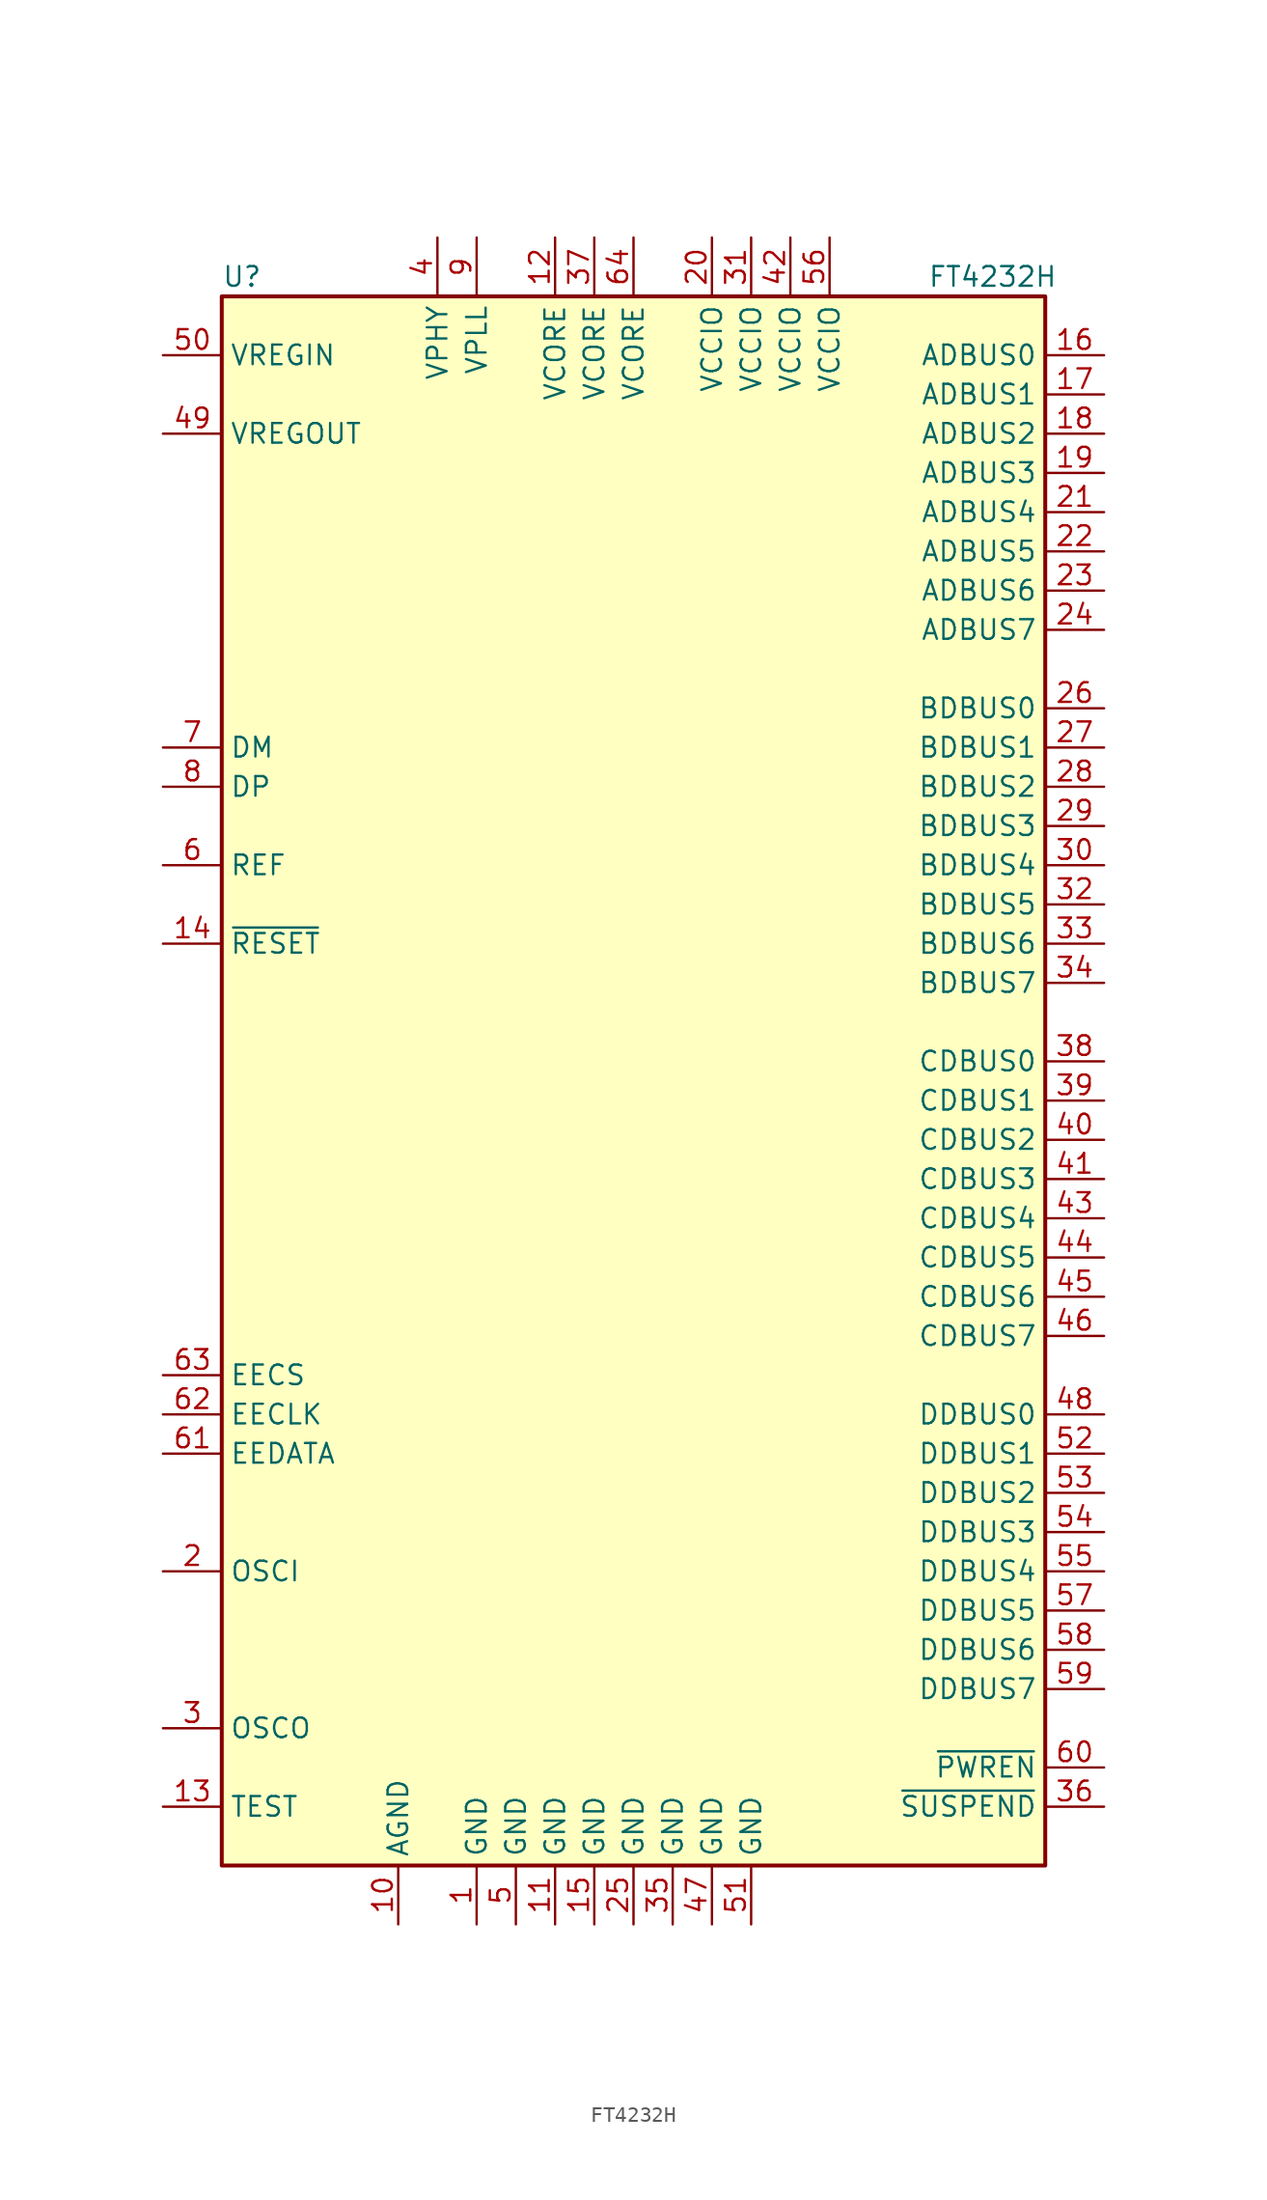
<source format=kicad_sym>
(kicad_symbol_lib
  (version 20200908)
  (generator kicad_symbol_editor)
  (symbol "Interface_USB:FT4232H"
    (property "Reference" "U"
      (at -26.67 53.34 0)
      (effects (font (size 1.27 1.27)) (justify left)))
    (property "Value" "FT4232H"
      (at 19.05 53.34 0)
      (effects (font (size 1.27 1.27)) (justify left)))
    (symbol "FT4232H_0_1"
      (rectangle (start -26.67 -49.53) (end 26.67 52.07) (stroke (width 0.254)) (fill (type background))))
    (symbol "FT4232H_1_1"
      (pin power_in line (at -10.16 -53.34 90) (length 3.81) (name "GND" (effects (font (size 1.27 1.27)))) (number "1" (effects (font (size 1.27 1.27)))))
      (pin power_in line (at -15.24 -53.34 90) (length 3.81) (name "AGND" (effects (font (size 1.27 1.27)))) (number "10" (effects (font (size 1.27 1.27)))))
      (pin power_in line (at -5.08 -53.34 90) (length 3.81) (name "GND" (effects (font (size 1.27 1.27)))) (number "11" (effects (font (size 1.27 1.27)))))
      (pin power_in line (at -5.08 55.88 270) (length 3.81) (name "VCORE" (effects (font (size 1.27 1.27)))) (number "12" (effects (font (size 1.27 1.27)))))
      (pin input line (at -30.48 -45.72 0) (length 3.81) (name "TEST" (effects (font (size 1.27 1.27)))) (number "13" (effects (font (size 1.27 1.27)))))
      (pin input line (at -30.48 10.16 0) (length 3.81) (name "~RESET" (effects (font (size 1.27 1.27)))) (number "14" (effects (font (size 1.27 1.27)))))
      (pin power_in line (at -2.54 -53.34 90) (length 3.81) (name "GND" (effects (font (size 1.27 1.27)))) (number "15" (effects (font (size 1.27 1.27)))))
      (pin bidirectional line (at 30.48 48.26 180) (length 3.81) (name "ADBUS0" (effects (font (size 1.27 1.27)))) (number "16" (effects (font (size 1.27 1.27)))))
      (pin bidirectional line (at 30.48 45.72 180) (length 3.81) (name "ADBUS1" (effects (font (size 1.27 1.27)))) (number "17" (effects (font (size 1.27 1.27)))))
      (pin bidirectional line (at 30.48 43.18 180) (length 3.81) (name "ADBUS2" (effects (font (size 1.27 1.27)))) (number "18" (effects (font (size 1.27 1.27)))))
      (pin bidirectional line (at 30.48 40.64 180) (length 3.81) (name "ADBUS3" (effects (font (size 1.27 1.27)))) (number "19" (effects (font (size 1.27 1.27)))))
      (pin input line (at -30.48 -30.48 0) (length 3.81) (name "OSCI" (effects (font (size 1.27 1.27)))) (number "2" (effects (font (size 1.27 1.27)))))
      (pin power_in line (at 5.08 55.88 270) (length 3.81) (name "VCCIO" (effects (font (size 1.27 1.27)))) (number "20" (effects (font (size 1.27 1.27)))))
      (pin bidirectional line (at 30.48 38.1 180) (length 3.81) (name "ADBUS4" (effects (font (size 1.27 1.27)))) (number "21" (effects (font (size 1.27 1.27)))))
      (pin bidirectional line (at 30.48 35.56 180) (length 3.81) (name "ADBUS5" (effects (font (size 1.27 1.27)))) (number "22" (effects (font (size 1.27 1.27)))))
      (pin bidirectional line (at 30.48 33.02 180) (length 3.81) (name "ADBUS6" (effects (font (size 1.27 1.27)))) (number "23" (effects (font (size 1.27 1.27)))))
      (pin bidirectional line (at 30.48 30.48 180) (length 3.81) (name "ADBUS7" (effects (font (size 1.27 1.27)))) (number "24" (effects (font (size 1.27 1.27)))))
      (pin power_in line (at 0 -53.34 90) (length 3.81) (name "GND" (effects (font (size 1.27 1.27)))) (number "25" (effects (font (size 1.27 1.27)))))
      (pin bidirectional line (at 30.48 25.4 180) (length 3.81) (name "BDBUS0" (effects (font (size 1.27 1.27)))) (number "26" (effects (font (size 1.27 1.27)))))
      (pin bidirectional line (at 30.48 22.86 180) (length 3.81) (name "BDBUS1" (effects (font (size 1.27 1.27)))) (number "27" (effects (font (size 1.27 1.27)))))
      (pin bidirectional line (at 30.48 20.32 180) (length 3.81) (name "BDBUS2" (effects (font (size 1.27 1.27)))) (number "28" (effects (font (size 1.27 1.27)))))
      (pin bidirectional line (at 30.48 17.78 180) (length 3.81) (name "BDBUS3" (effects (font (size 1.27 1.27)))) (number "29" (effects (font (size 1.27 1.27)))))
      (pin output line (at -30.48 -40.64 0) (length 3.81) (name "OSCO" (effects (font (size 1.27 1.27)))) (number "3" (effects (font (size 1.27 1.27)))))
      (pin bidirectional line (at 30.48 15.24 180) (length 3.81) (name "BDBUS4" (effects (font (size 1.27 1.27)))) (number "30" (effects (font (size 1.27 1.27)))))
      (pin power_in line (at 7.62 55.88 270) (length 3.81) (name "VCCIO" (effects (font (size 1.27 1.27)))) (number "31" (effects (font (size 1.27 1.27)))))
      (pin bidirectional line (at 30.48 12.7 180) (length 3.81) (name "BDBUS5" (effects (font (size 1.27 1.27)))) (number "32" (effects (font (size 1.27 1.27)))))
      (pin bidirectional line (at 30.48 10.16 180) (length 3.81) (name "BDBUS6" (effects (font (size 1.27 1.27)))) (number "33" (effects (font (size 1.27 1.27)))))
      (pin bidirectional line (at 30.48 7.62 180) (length 3.81) (name "BDBUS7" (effects (font (size 1.27 1.27)))) (number "34" (effects (font (size 1.27 1.27)))))
      (pin power_in line (at 2.54 -53.34 90) (length 3.81) (name "GND" (effects (font (size 1.27 1.27)))) (number "35" (effects (font (size 1.27 1.27)))))
      (pin output line (at 30.48 -45.72 180) (length 3.81) (name "~SUSPEND" (effects (font (size 1.27 1.27)))) (number "36" (effects (font (size 1.27 1.27)))))
      (pin power_in line (at -2.54 55.88 270) (length 3.81) (name "VCORE" (effects (font (size 1.27 1.27)))) (number "37" (effects (font (size 1.27 1.27)))))
      (pin bidirectional line (at 30.48 2.54 180) (length 3.81) (name "CDBUS0" (effects (font (size 1.27 1.27)))) (number "38" (effects (font (size 1.27 1.27)))))
      (pin bidirectional line (at 30.48 0 180) (length 3.81) (name "CDBUS1" (effects (font (size 1.27 1.27)))) (number "39" (effects (font (size 1.27 1.27)))))
      (pin power_in line (at -12.7 55.88 270) (length 3.81) (name "VPHY" (effects (font (size 1.27 1.27)))) (number "4" (effects (font (size 1.27 1.27)))))
      (pin bidirectional line (at 30.48 -2.54 180) (length 3.81) (name "CDBUS2" (effects (font (size 1.27 1.27)))) (number "40" (effects (font (size 1.27 1.27)))))
      (pin bidirectional line (at 30.48 -5.08 180) (length 3.81) (name "CDBUS3" (effects (font (size 1.27 1.27)))) (number "41" (effects (font (size 1.27 1.27)))))
      (pin power_in line (at 10.16 55.88 270) (length 3.81) (name "VCCIO" (effects (font (size 1.27 1.27)))) (number "42" (effects (font (size 1.27 1.27)))))
      (pin bidirectional line (at 30.48 -7.62 180) (length 3.81) (name "CDBUS4" (effects (font (size 1.27 1.27)))) (number "43" (effects (font (size 1.27 1.27)))))
      (pin bidirectional line (at 30.48 -10.16 180) (length 3.81) (name "CDBUS5" (effects (font (size 1.27 1.27)))) (number "44" (effects (font (size 1.27 1.27)))))
      (pin bidirectional line (at 30.48 -12.7 180) (length 3.81) (name "CDBUS6" (effects (font (size 1.27 1.27)))) (number "45" (effects (font (size 1.27 1.27)))))
      (pin bidirectional line (at 30.48 -15.24 180) (length 3.81) (name "CDBUS7" (effects (font (size 1.27 1.27)))) (number "46" (effects (font (size 1.27 1.27)))))
      (pin power_in line (at 5.08 -53.34 90) (length 3.81) (name "GND" (effects (font (size 1.27 1.27)))) (number "47" (effects (font (size 1.27 1.27)))))
      (pin bidirectional line (at 30.48 -20.32 180) (length 3.81) (name "DDBUS0" (effects (font (size 1.27 1.27)))) (number "48" (effects (font (size 1.27 1.27)))))
      (pin power_out line (at -30.48 43.18 0) (length 3.81) (name "VREGOUT" (effects (font (size 1.27 1.27)))) (number "49" (effects (font (size 1.27 1.27)))))
      (pin power_in line (at -7.62 -53.34 90) (length 3.81) (name "GND" (effects (font (size 1.27 1.27)))) (number "5" (effects (font (size 1.27 1.27)))))
      (pin power_in line (at -30.48 48.26 0) (length 3.81) (name "VREGIN" (effects (font (size 1.27 1.27)))) (number "50" (effects (font (size 1.27 1.27)))))
      (pin power_in line (at 7.62 -53.34 90) (length 3.81) (name "GND" (effects (font (size 1.27 1.27)))) (number "51" (effects (font (size 1.27 1.27)))))
      (pin bidirectional line (at 30.48 -22.86 180) (length 3.81) (name "DDBUS1" (effects (font (size 1.27 1.27)))) (number "52" (effects (font (size 1.27 1.27)))))
      (pin bidirectional line (at 30.48 -25.4 180) (length 3.81) (name "DDBUS2" (effects (font (size 1.27 1.27)))) (number "53" (effects (font (size 1.27 1.27)))))
      (pin bidirectional line (at 30.48 -27.94 180) (length 3.81) (name "DDBUS3" (effects (font (size 1.27 1.27)))) (number "54" (effects (font (size 1.27 1.27)))))
      (pin bidirectional line (at 30.48 -30.48 180) (length 3.81) (name "DDBUS4" (effects (font (size 1.27 1.27)))) (number "55" (effects (font (size 1.27 1.27)))))
      (pin power_in line (at 12.7 55.88 270) (length 3.81) (name "VCCIO" (effects (font (size 1.27 1.27)))) (number "56" (effects (font (size 1.27 1.27)))))
      (pin bidirectional line (at 30.48 -33.02 180) (length 3.81) (name "DDBUS5" (effects (font (size 1.27 1.27)))) (number "57" (effects (font (size 1.27 1.27)))))
      (pin bidirectional line (at 30.48 -35.56 180) (length 3.81) (name "DDBUS6" (effects (font (size 1.27 1.27)))) (number "58" (effects (font (size 1.27 1.27)))))
      (pin bidirectional line (at 30.48 -38.1 180) (length 3.81) (name "DDBUS7" (effects (font (size 1.27 1.27)))) (number "59" (effects (font (size 1.27 1.27)))))
      (pin input line (at -30.48 15.24 0) (length 3.81) (name "REF" (effects (font (size 1.27 1.27)))) (number "6" (effects (font (size 1.27 1.27)))))
      (pin output line (at 30.48 -43.18 180) (length 3.81) (name "~PWREN" (effects (font (size 1.27 1.27)))) (number "60" (effects (font (size 1.27 1.27)))))
      (pin bidirectional line (at -30.48 -22.86 0) (length 3.81) (name "EEDATA" (effects (font (size 1.27 1.27)))) (number "61" (effects (font (size 1.27 1.27)))))
      (pin output line (at -30.48 -20.32 0) (length 3.81) (name "EECLK" (effects (font (size 1.27 1.27)))) (number "62" (effects (font (size 1.27 1.27)))))
      (pin output line (at -30.48 -17.78 0) (length 3.81) (name "EECS" (effects (font (size 1.27 1.27)))) (number "63" (effects (font (size 1.27 1.27)))))
      (pin power_in line (at 0 55.88 270) (length 3.81) (name "VCORE" (effects (font (size 1.27 1.27)))) (number "64" (effects (font (size 1.27 1.27)))))
      (pin bidirectional line (at -30.48 22.86 0) (length 3.81) (name "DM" (effects (font (size 1.27 1.27)))) (number "7" (effects (font (size 1.27 1.27)))))
      (pin bidirectional line (at -30.48 20.32 0) (length 3.81) (name "DP" (effects (font (size 1.27 1.27)))) (number "8" (effects (font (size 1.27 1.27)))))
      (pin power_in line (at -10.16 55.88 270) (length 3.81) (name "VPLL" (effects (font (size 1.27 1.27)))) (number "9" (effects (font (size 1.27 1.27))))))))
</source>
